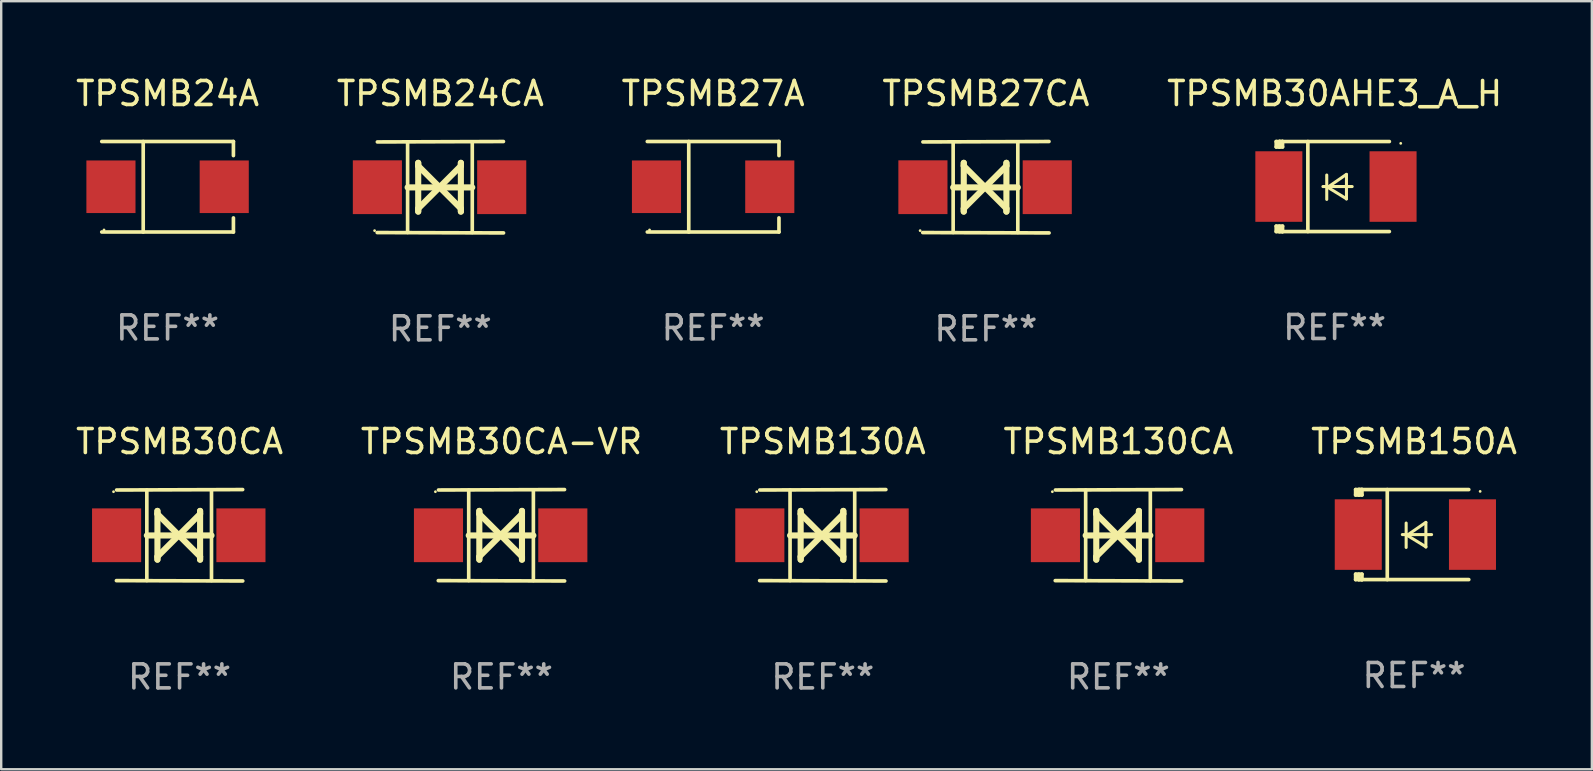
<source format=kicad_pcb>
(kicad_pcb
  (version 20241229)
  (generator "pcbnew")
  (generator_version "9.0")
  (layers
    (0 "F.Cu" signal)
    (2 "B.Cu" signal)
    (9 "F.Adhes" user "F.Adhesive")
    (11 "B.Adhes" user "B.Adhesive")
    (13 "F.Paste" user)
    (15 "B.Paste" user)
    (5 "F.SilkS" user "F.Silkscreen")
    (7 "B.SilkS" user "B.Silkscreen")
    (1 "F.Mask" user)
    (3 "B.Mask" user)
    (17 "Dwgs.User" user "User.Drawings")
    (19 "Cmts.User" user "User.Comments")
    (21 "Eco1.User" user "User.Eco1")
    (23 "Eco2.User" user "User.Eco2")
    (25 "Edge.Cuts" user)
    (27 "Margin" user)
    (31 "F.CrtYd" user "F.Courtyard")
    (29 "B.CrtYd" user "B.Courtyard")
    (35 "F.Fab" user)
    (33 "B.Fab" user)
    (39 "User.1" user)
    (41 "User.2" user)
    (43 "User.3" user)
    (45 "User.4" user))
  (footprint "TPSMB30CA-VR"
    (layer "F.Cu")
    (at 17.851 19.26)
    (property "Reference" "TPSMB30CA-VR" (at 0 -3.905 0) (layer "F.SilkS") (effects (font (size 1 1) (thickness 0.15))))
    (attr through_hole)
    (fp_line (start -1.365 1.886) (end -1.365 -1.886) (stroke (width 0.152) (type solid)) (layer "F.SilkS"))
    (fp_line (start -1.365 0.008) (end 1.33 0.008) (stroke (width 0.254) (type solid)) (layer "F.SilkS"))
    (fp_line (start -0.923 -1.016) (end -0.923 1.016) (stroke (width 0.254) (type solid)) (layer "F.SilkS"))
    (fp_line (start -0.923 -0.889) (end -0.923 -1.016) (stroke (width 0.254) (type solid)) (layer "F.SilkS"))
    (fp_line (start -0.923 0.889) (end -0.034 0) (stroke (width 0.254) (type solid)) (layer "F.SilkS"))
    (fp_line (start -0.923 1.016) (end -0.923 0.889) (stroke (width 0.254) (type solid)) (layer "F.SilkS"))
    (fp_line (start -0.034 0) (end -0.923 -0.889) (stroke (width 0.254) (type solid)) (layer "F.SilkS"))
    (fp_line (start -0.034 0) (end 0.855 0.889) (stroke (width 0.254) (type solid)) (layer "F.SilkS"))
    (fp_line (start 0.855 -1.016) (end 0.855 -0.889) (stroke (width 0.254) (type solid)) (layer "F.SilkS"))
    (fp_line (start 0.855 -0.889) (end -0.034 0) (stroke (width 0.254) (type solid)) (layer "F.SilkS"))
    (fp_line (start 0.855 0.889) (end 0.855 1.016) (stroke (width 0.254) (type solid)) (layer "F.SilkS"))
    (fp_line (start 0.855 1.016) (end 0.855 -1.016) (stroke (width 0.254) (type solid)) (layer "F.SilkS"))
    (fp_line (start 1.33 1.886) (end 1.33 -1.886) (stroke (width 0.152) (type solid)) (layer "F.SilkS"))
    (fp_line (start 2.629 -1.905) (end -2.625 -1.887) (stroke (width 0.152) (type solid)) (layer "F.SilkS"))
    (fp_line (start 2.633 1.905) (end -2.633 1.89) (stroke (width 0.152) (type solid)) (layer "F.SilkS"))
    (fp_circle (center -2.753 -1.816) (end -2.723 -1.816) (stroke (width 0.06) (type solid)) (fill no) (layer "F.SilkS"))
    (fp_text user "REF**" (at 0 5.905 0) (layer "F.Fab") (effects (font (size 1 1) (thickness 0.15))))
    (pad "1" smd rect (at -2.625 0) (size 2.047 2.241) (layers "F.Cu" "F.Mask" "F.Paste"))
    (pad "2" smd rect (at 2.557 0) (size 2.047 2.241) (layers "F.Cu" "F.Mask" "F.Paste")))
  (footprint "TPSMB130CA"
    (layer "F.Cu")
    (at 43.565 19.26)
    (property "Reference" "TPSMB130CA" (at 0 -3.905 0) (layer "F.SilkS") (effects (font (size 1 1) (thickness 0.15))))
    (attr through_hole)
    (fp_line (start -1.365 1.886) (end -1.365 -1.886) (stroke (width 0.152) (type solid)) (layer "F.SilkS"))
    (fp_line (start -1.365 0.008) (end 1.33 0.008) (stroke (width 0.254) (type solid)) (layer "F.SilkS"))
    (fp_line (start -0.923 -1.016) (end -0.923 1.016) (stroke (width 0.254) (type solid)) (layer "F.SilkS"))
    (fp_line (start -0.923 -0.889) (end -0.923 -1.016) (stroke (width 0.254) (type solid)) (layer "F.SilkS"))
    (fp_line (start -0.923 0.889) (end -0.034 0) (stroke (width 0.254) (type solid)) (layer "F.SilkS"))
    (fp_line (start -0.923 1.016) (end -0.923 0.889) (stroke (width 0.254) (type solid)) (layer "F.SilkS"))
    (fp_line (start -0.034 0) (end -0.923 -0.889) (stroke (width 0.254) (type solid)) (layer "F.SilkS"))
    (fp_line (start -0.034 0) (end 0.855 0.889) (stroke (width 0.254) (type solid)) (layer "F.SilkS"))
    (fp_line (start 0.855 -1.016) (end 0.855 -0.889) (stroke (width 0.254) (type solid)) (layer "F.SilkS"))
    (fp_line (start 0.855 -0.889) (end -0.034 0) (stroke (width 0.254) (type solid)) (layer "F.SilkS"))
    (fp_line (start 0.855 0.889) (end 0.855 1.016) (stroke (width 0.254) (type solid)) (layer "F.SilkS"))
    (fp_line (start 0.855 1.016) (end 0.855 -1.016) (stroke (width 0.254) (type solid)) (layer "F.SilkS"))
    (fp_line (start 1.33 1.886) (end 1.33 -1.886) (stroke (width 0.152) (type solid)) (layer "F.SilkS"))
    (fp_line (start 2.629 -1.905) (end -2.625 -1.887) (stroke (width 0.152) (type solid)) (layer "F.SilkS"))
    (fp_line (start 2.633 1.905) (end -2.633 1.89) (stroke (width 0.152) (type solid)) (layer "F.SilkS"))
    (fp_circle (center -2.753 -1.816) (end -2.723 -1.816) (stroke (width 0.06) (type solid)) (fill no) (layer "F.SilkS"))
    (fp_text user "REF**" (at 0 5.905 0) (layer "F.Fab") (effects (font (size 1 1) (thickness 0.15))))
    (pad "1" smd rect (at -2.625 0) (size 2.047 2.241) (layers "F.Cu" "F.Mask" "F.Paste"))
    (pad "2" smd rect (at 2.557 0) (size 2.047 2.241) (layers "F.Cu" "F.Mask" "F.Paste")))
  (footprint "TPSMB30CA"
    (layer "F.Cu")
    (at 4.435 19.26)
    (property "Reference" "TPSMB30CA" (at 0 -3.905 0) (layer "F.SilkS") (effects (font (size 1 1) (thickness 0.15))))
    (attr through_hole)
    (fp_line (start -1.365 1.886) (end -1.365 -1.886) (stroke (width 0.152) (type solid)) (layer "F.SilkS"))
    (fp_line (start -1.365 0.008) (end 1.33 0.008) (stroke (width 0.254) (type solid)) (layer "F.SilkS"))
    (fp_line (start -0.923 -1.016) (end -0.923 1.016) (stroke (width 0.254) (type solid)) (layer "F.SilkS"))
    (fp_line (start -0.923 -0.889) (end -0.923 -1.016) (stroke (width 0.254) (type solid)) (layer "F.SilkS"))
    (fp_line (start -0.923 0.889) (end -0.034 0) (stroke (width 0.254) (type solid)) (layer "F.SilkS"))
    (fp_line (start -0.923 1.016) (end -0.923 0.889) (stroke (width 0.254) (type solid)) (layer "F.SilkS"))
    (fp_line (start -0.034 0) (end -0.923 -0.889) (stroke (width 0.254) (type solid)) (layer "F.SilkS"))
    (fp_line (start -0.034 0) (end 0.855 0.889) (stroke (width 0.254) (type solid)) (layer "F.SilkS"))
    (fp_line (start 0.855 -1.016) (end 0.855 -0.889) (stroke (width 0.254) (type solid)) (layer "F.SilkS"))
    (fp_line (start 0.855 -0.889) (end -0.034 0) (stroke (width 0.254) (type solid)) (layer "F.SilkS"))
    (fp_line (start 0.855 0.889) (end 0.855 1.016) (stroke (width 0.254) (type solid)) (layer "F.SilkS"))
    (fp_line (start 0.855 1.016) (end 0.855 -1.016) (stroke (width 0.254) (type solid)) (layer "F.SilkS"))
    (fp_line (start 1.33 1.886) (end 1.33 -1.886) (stroke (width 0.152) (type solid)) (layer "F.SilkS"))
    (fp_line (start 2.629 -1.905) (end -2.625 -1.887) (stroke (width 0.152) (type solid)) (layer "F.SilkS"))
    (fp_line (start 2.633 1.905) (end -2.633 1.89) (stroke (width 0.152) (type solid)) (layer "F.SilkS"))
    (fp_circle (center -2.753 -1.816) (end -2.723 -1.816) (stroke (width 0.06) (type solid)) (fill no) (layer "F.SilkS"))
    (fp_text user "REF**" (at 0 5.905 0) (layer "F.Fab") (effects (font (size 1 1) (thickness 0.15))))
    (pad "1" smd rect (at -2.625 0) (size 2.047 2.241) (layers "F.Cu" "F.Mask" "F.Paste"))
    (pad "2" smd rect (at 2.557 0) (size 2.047 2.241) (layers "F.Cu" "F.Mask" "F.Paste")))
  (footprint "TPSMB27CA"
    (layer "F.Cu")
    (at 38.042 4.753)
    (property "Reference" "TPSMB27CA" (at 0 -3.905 0) (layer "F.SilkS") (effects (font (size 1 1) (thickness 0.15))))
    (attr through_hole)
    (fp_line (start -1.365 1.886) (end -1.365 -1.886) (stroke (width 0.152) (type solid)) (layer "F.SilkS"))
    (fp_line (start -1.365 0.008) (end 1.33 0.008) (stroke (width 0.254) (type solid)) (layer "F.SilkS"))
    (fp_line (start -0.923 -1.016) (end -0.923 1.016) (stroke (width 0.254) (type solid)) (layer "F.SilkS"))
    (fp_line (start -0.923 -0.889) (end -0.923 -1.016) (stroke (width 0.254) (type solid)) (layer "F.SilkS"))
    (fp_line (start -0.923 0.889) (end -0.034 0) (stroke (width 0.254) (type solid)) (layer "F.SilkS"))
    (fp_line (start -0.923 1.016) (end -0.923 0.889) (stroke (width 0.254) (type solid)) (layer "F.SilkS"))
    (fp_line (start -0.034 0) (end -0.923 -0.889) (stroke (width 0.254) (type solid)) (layer "F.SilkS"))
    (fp_line (start -0.034 0) (end 0.855 0.889) (stroke (width 0.254) (type solid)) (layer "F.SilkS"))
    (fp_line (start 0.855 -1.016) (end 0.855 -0.889) (stroke (width 0.254) (type solid)) (layer "F.SilkS"))
    (fp_line (start 0.855 -0.889) (end -0.034 0) (stroke (width 0.254) (type solid)) (layer "F.SilkS"))
    (fp_line (start 0.855 0.889) (end 0.855 1.016) (stroke (width 0.254) (type solid)) (layer "F.SilkS"))
    (fp_line (start 0.855 1.016) (end 0.855 -1.016) (stroke (width 0.254) (type solid)) (layer "F.SilkS"))
    (fp_line (start 1.33 1.886) (end 1.33 -1.886) (stroke (width 0.152) (type solid)) (layer "F.SilkS"))
    (fp_line (start 2.629 -1.905) (end -2.625 -1.887) (stroke (width 0.152) (type solid)) (layer "F.SilkS"))
    (fp_line (start 2.633 1.905) (end -2.633 1.89) (stroke (width 0.152) (type solid)) (layer "F.SilkS"))
    (fp_circle (center -2.741 1.81) (end -2.711 1.81) (stroke (width 0.06) (type solid)) (fill no) (layer "F.SilkS"))
    (fp_text user "REF**" (at 0 5.905 0) (layer "F.Fab") (effects (font (size 1 1) (thickness 0.15))))
    (pad "1" smd rect (at -2.625 0) (size 2.047 2.241) (layers "F.Cu" "F.Mask" "F.Paste"))
    (pad "2" smd rect (at 2.557 0) (size 2.047 2.241) (layers "F.Cu" "F.Mask" "F.Paste")))
  (footprint "TPSMB24A"
    (layer "F.Cu")
    (at 3.935 4.734)
    (property "Reference" "TPSMB24A" (at 0 -3.886 0) (layer "F.SilkS") (effects (font (size 1 1) (thickness 0.15))))
    (attr through_hole)
    (fp_line (start -2.744 -1.886) (end 2.744 -1.886) (stroke (width 0.152) (type solid)) (layer "F.SilkS"))
    (fp_line (start -2.744 1.886) (end 2.744 1.886) (stroke (width 0.152) (type solid)) (layer "F.SilkS"))
    (fp_line (start -1.016 -1.886) (end -1.016 1.886) (stroke (width 0.152) (type solid)) (layer "F.SilkS"))
    (fp_line (start 2.744 -1.886) (end 2.744 -1.299) (stroke (width 0.152) (type solid)) (layer "F.SilkS"))
    (fp_line (start 2.744 1.886) (end 2.744 1.299) (stroke (width 0.152) (type solid)) (layer "F.SilkS"))
    (fp_circle (center -2.65 1.8) (end -2.62 1.8) (stroke (width 0.06) (type solid)) (fill no) (layer "F.SilkS"))
    (fp_text user "REF**" (at 0 5.886 0) (layer "F.Fab") (effects (font (size 1 1) (thickness 0.15))))
    (pad "1" smd rect (at -2.361 0) (size 2.047 2.192) (layers "F.Cu" "F.Mask" "F.Paste"))
    (pad "2" smd rect (at 2.361 0) (size 2.047 2.192) (layers "F.Cu" "F.Mask" "F.Paste")))
  (footprint "TPSMB150A"
    (layer "F.Cu")
    (at 55.887 19.231)
    (property "Reference" "TPSMB150A" (at 0 -3.876 0) (layer "F.SilkS") (effects (font (size 1 1) (thickness 0.15))))
    (attr through_hole)
    (fp_line (start -2.435 1.65) (end -2.171 1.65) (stroke (width 0.152) (type solid)) (layer "F.SilkS"))
    (fp_line (start -2.435 1.876) (end -2.435 1.65) (stroke (width 0.152) (type solid)) (layer "F.SilkS"))
    (fp_line (start -2.435 -1.876) (end -2.171 -1.876) (stroke (width 0.152) (type solid)) (layer "F.SilkS"))
    (fp_line (start -2.435 -1.65) (end -2.435 -1.876) (stroke (width 0.152) (type solid)) (layer "F.SilkS"))
    (fp_line (start -2.305 -1.866) (end -2.295 -1.876) (stroke (width 0.152) (type solid)) (layer "F.SilkS"))
    (fp_line (start -2.305 -1.65) (end -2.305 -1.866) (stroke (width 0.152) (type solid)) (layer "F.SilkS"))
    (fp_line (start -2.305 1.876) (end -2.305 1.65) (stroke (width 0.152) (type solid)) (layer "F.SilkS"))
    (fp_line (start -2.295 -1.876) (end -2.295 -1.65) (stroke (width 0.152) (type solid)) (layer "F.SilkS"))
    (fp_line (start -2.171 1.876) (end -2.435 1.876) (stroke (width 0.152) (type solid)) (layer "F.SilkS"))
    (fp_line (start -2.171 -1.65) (end -2.435 -1.65) (stroke (width 0.152) (type solid)) (layer "F.SilkS"))
    (fp_line (start -2.171 -1.876) (end -2.295 -1.876) (stroke (width 0.152) (type solid)) (layer "F.SilkS"))
    (fp_line (start -2.171 -1.65) (end -2.171 -1.876) (stroke (width 0.152) (type solid)) (layer "F.SilkS"))
    (fp_line (start -2.171 1.876) (end -2.305 1.876) (stroke (width 0.152) (type solid)) (layer "F.SilkS"))
    (fp_line (start -2.171 1.876) (end -2.171 1.65) (stroke (width 0.152) (type solid)) (layer "F.SilkS"))
    (fp_line (start -1.116 1.876) (end -1.116 -1.876) (stroke (width 0.152) (type solid)) (layer "F.SilkS"))
    (fp_line (start -0.488 0.000102) (end 0.731 0.000102) (stroke (width 0.127) (type solid)) (layer "F.SilkS"))
    (fp_line (start -0.329 -0.48) (end -0.329 0.536) (stroke (width 0.127) (type solid)) (layer "F.SilkS"))
    (fp_line (start -0.29 0.03) (end 0.493 0.51) (stroke (width 0.127) (type solid)) (layer "F.SilkS"))
    (fp_line (start 0.493 -0.51) (end -0.29 0.03) (stroke (width 0.127) (type solid)) (layer "F.SilkS"))
    (fp_line (start 0.493 0.52) (end 0.493 -0.496) (stroke (width 0.127) (type solid)) (layer "F.SilkS"))
    (fp_line (start 2.281 -1.876) (end -2.171 -1.876) (stroke (width 0.152) (type solid)) (layer "F.SilkS"))
    (fp_line (start 2.281 1.876) (end -2.171 1.876) (stroke (width 0.152) (type solid)) (layer "F.SilkS"))
    (fp_circle (center 2.755 -1.8) (end 2.785 -1.8) (stroke (width 0.06) (type solid)) (fill no) (layer "F.SilkS"))
    (fp_text user "REF**" (at 0 5.876 0) (layer "F.Fab") (effects (font (size 1 1) (thickness 0.15))))
    (pad "1" smd rect (at 2.435 -0.000025 180) (size 1.96 2.94) (layers "F.Cu" "F.Mask" "F.Paste"))
    (pad "2" smd rect (at -2.325 -0.000025 180) (size 1.96 2.94) (layers "F.Cu" "F.Mask" "F.Paste")))
  (footprint "TPSMB30AHE3_A_H"
    (layer "F.Cu")
    (at 52.577 4.725)
    (property "Reference" "TPSMB30AHE3_A_H" (at 0 -3.876 0) (layer "F.SilkS") (effects (font (size 1 1) (thickness 0.15))))
    (attr through_hole)
    (fp_line (start -2.435 1.65) (end -2.171 1.65) (stroke (width 0.152) (type solid)) (layer "F.SilkS"))
    (fp_line (start -2.435 1.876) (end -2.435 1.65) (stroke (width 0.152) (type solid)) (layer "F.SilkS"))
    (fp_line (start -2.435 -1.876) (end -2.171 -1.876) (stroke (width 0.152) (type solid)) (layer "F.SilkS"))
    (fp_line (start -2.435 -1.65) (end -2.435 -1.876) (stroke (width 0.152) (type solid)) (layer "F.SilkS"))
    (fp_line (start -2.305 -1.866) (end -2.295 -1.876) (stroke (width 0.152) (type solid)) (layer "F.SilkS"))
    (fp_line (start -2.305 -1.65) (end -2.305 -1.866) (stroke (width 0.152) (type solid)) (layer "F.SilkS"))
    (fp_line (start -2.305 1.876) (end -2.305 1.65) (stroke (width 0.152) (type solid)) (layer "F.SilkS"))
    (fp_line (start -2.295 -1.876) (end -2.295 -1.65) (stroke (width 0.152) (type solid)) (layer "F.SilkS"))
    (fp_line (start -2.171 1.876) (end -2.435 1.876) (stroke (width 0.152) (type solid)) (layer "F.SilkS"))
    (fp_line (start -2.171 -1.65) (end -2.435 -1.65) (stroke (width 0.152) (type solid)) (layer "F.SilkS"))
    (fp_line (start -2.171 -1.876) (end -2.295 -1.876) (stroke (width 0.152) (type solid)) (layer "F.SilkS"))
    (fp_line (start -2.171 -1.65) (end -2.171 -1.876) (stroke (width 0.152) (type solid)) (layer "F.SilkS"))
    (fp_line (start -2.171 1.876) (end -2.305 1.876) (stroke (width 0.152) (type solid)) (layer "F.SilkS"))
    (fp_line (start -2.171 1.876) (end -2.171 1.65) (stroke (width 0.152) (type solid)) (layer "F.SilkS"))
    (fp_line (start -1.116 1.876) (end -1.116 -1.876) (stroke (width 0.152) (type solid)) (layer "F.SilkS"))
    (fp_line (start -0.488 0.000102) (end 0.731 0.000102) (stroke (width 0.127) (type solid)) (layer "F.SilkS"))
    (fp_line (start -0.329 -0.48) (end -0.329 0.536) (stroke (width 0.127) (type solid)) (layer "F.SilkS"))
    (fp_line (start -0.29 0.03) (end 0.493 0.51) (stroke (width 0.127) (type solid)) (layer "F.SilkS"))
    (fp_line (start 0.493 -0.51) (end -0.29 0.03) (stroke (width 0.127) (type solid)) (layer "F.SilkS"))
    (fp_line (start 0.493 0.52) (end 0.493 -0.496) (stroke (width 0.127) (type solid)) (layer "F.SilkS"))
    (fp_line (start 2.281 -1.876) (end -2.171 -1.876) (stroke (width 0.152) (type solid)) (layer "F.SilkS"))
    (fp_line (start 2.281 1.876) (end -2.171 1.876) (stroke (width 0.152) (type solid)) (layer "F.SilkS"))
    (fp_circle (center 2.755 -1.8) (end 2.785 -1.8) (stroke (width 0.06) (type solid)) (fill no) (layer "F.SilkS"))
    (fp_text user "REF**" (at 0 5.876 0) (layer "F.Fab") (effects (font (size 1 1) (thickness 0.15))))
    (pad "1" smd rect (at 2.435 -0.000025 180) (size 1.96 2.94) (layers "F.Cu" "F.Mask" "F.Paste"))
    (pad "2" smd rect (at -2.325 -0.000025 180) (size 1.96 2.94) (layers "F.Cu" "F.Mask" "F.Paste")))
  (footprint "TPSMB130A"
    (layer "F.Cu")
    (at 31.244 19.26)
    (property "Reference" "TPSMB130A" (at 0 -3.905 0) (layer "F.SilkS") (effects (font (size 1 1) (thickness 0.15))))
    (attr through_hole)
    (fp_line (start -1.365 1.886) (end -1.365 -1.886) (stroke (width 0.152) (type solid)) (layer "F.SilkS"))
    (fp_line (start -1.365 0.008) (end 1.33 0.008) (stroke (width 0.254) (type solid)) (layer "F.SilkS"))
    (fp_line (start -0.923 -1.016) (end -0.923 1.016) (stroke (width 0.254) (type solid)) (layer "F.SilkS"))
    (fp_line (start -0.923 -0.889) (end -0.923 -1.016) (stroke (width 0.254) (type solid)) (layer "F.SilkS"))
    (fp_line (start -0.923 0.889) (end -0.034 0) (stroke (width 0.254) (type solid)) (layer "F.SilkS"))
    (fp_line (start -0.923 1.016) (end -0.923 0.889) (stroke (width 0.254) (type solid)) (layer "F.SilkS"))
    (fp_line (start -0.034 0) (end -0.923 -0.889) (stroke (width 0.254) (type solid)) (layer "F.SilkS"))
    (fp_line (start -0.034 0) (end 0.855 0.889) (stroke (width 0.254) (type solid)) (layer "F.SilkS"))
    (fp_line (start 0.855 -1.016) (end 0.855 -0.889) (stroke (width 0.254) (type solid)) (layer "F.SilkS"))
    (fp_line (start 0.855 -0.889) (end -0.034 0) (stroke (width 0.254) (type solid)) (layer "F.SilkS"))
    (fp_line (start 0.855 0.889) (end 0.855 1.016) (stroke (width 0.254) (type solid)) (layer "F.SilkS"))
    (fp_line (start 0.855 1.016) (end 0.855 -1.016) (stroke (width 0.254) (type solid)) (layer "F.SilkS"))
    (fp_line (start 1.33 1.886) (end 1.33 -1.886) (stroke (width 0.152) (type solid)) (layer "F.SilkS"))
    (fp_line (start 2.629 -1.905) (end -2.625 -1.887) (stroke (width 0.152) (type solid)) (layer "F.SilkS"))
    (fp_line (start 2.633 1.905) (end -2.633 1.89) (stroke (width 0.152) (type solid)) (layer "F.SilkS"))
    (fp_circle (center -2.753 -1.816) (end -2.723 -1.816) (stroke (width 0.06) (type solid)) (fill no) (layer "F.SilkS"))
    (fp_text user "REF**" (at 0 5.905 0) (layer "F.Fab") (effects (font (size 1 1) (thickness 0.15))))
    (pad "1" smd rect (at -2.625 0) (size 2.047 2.241) (layers "F.Cu" "F.Mask" "F.Paste"))
    (pad "2" smd rect (at 2.557 0) (size 2.047 2.241) (layers "F.Cu" "F.Mask" "F.Paste")))
  (footprint "TPSMB24CA"
    (layer "F.Cu")
    (at 15.304 4.753)
    (property "Reference" "TPSMB24CA" (at 0 -3.905 0) (layer "F.SilkS") (effects (font (size 1 1) (thickness 0.15))))
    (attr through_hole)
    (fp_line (start -1.365 1.886) (end -1.365 -1.886) (stroke (width 0.152) (type solid)) (layer "F.SilkS"))
    (fp_line (start -1.365 0.008) (end 1.33 0.008) (stroke (width 0.254) (type solid)) (layer "F.SilkS"))
    (fp_line (start -0.923 -1.016) (end -0.923 1.016) (stroke (width 0.254) (type solid)) (layer "F.SilkS"))
    (fp_line (start -0.923 -0.889) (end -0.923 -1.016) (stroke (width 0.254) (type solid)) (layer "F.SilkS"))
    (fp_line (start -0.923 0.889) (end -0.034 0) (stroke (width 0.254) (type solid)) (layer "F.SilkS"))
    (fp_line (start -0.923 1.016) (end -0.923 0.889) (stroke (width 0.254) (type solid)) (layer "F.SilkS"))
    (fp_line (start -0.034 0) (end -0.923 -0.889) (stroke (width 0.254) (type solid)) (layer "F.SilkS"))
    (fp_line (start -0.034 0) (end 0.855 0.889) (stroke (width 0.254) (type solid)) (layer "F.SilkS"))
    (fp_line (start 0.855 -1.016) (end 0.855 -0.889) (stroke (width 0.254) (type solid)) (layer "F.SilkS"))
    (fp_line (start 0.855 -0.889) (end -0.034 0) (stroke (width 0.254) (type solid)) (layer "F.SilkS"))
    (fp_line (start 0.855 0.889) (end 0.855 1.016) (stroke (width 0.254) (type solid)) (layer "F.SilkS"))
    (fp_line (start 0.855 1.016) (end 0.855 -1.016) (stroke (width 0.254) (type solid)) (layer "F.SilkS"))
    (fp_line (start 1.33 1.886) (end 1.33 -1.886) (stroke (width 0.152) (type solid)) (layer "F.SilkS"))
    (fp_line (start 2.629 -1.905) (end -2.625 -1.887) (stroke (width 0.152) (type solid)) (layer "F.SilkS"))
    (fp_line (start 2.633 1.905) (end -2.633 1.89) (stroke (width 0.152) (type solid)) (layer "F.SilkS"))
    (fp_circle (center -2.741 1.81) (end -2.711 1.81) (stroke (width 0.06) (type solid)) (fill no) (layer "F.SilkS"))
    (fp_text user "REF**" (at 0 5.905 0) (layer "F.Fab") (effects (font (size 1 1) (thickness 0.15))))
    (pad "1" smd rect (at -2.625 0) (size 2.047 2.241) (layers "F.Cu" "F.Mask" "F.Paste"))
    (pad "2" smd rect (at 2.557 0) (size 2.047 2.241) (layers "F.Cu" "F.Mask" "F.Paste")))
  (footprint "TPSMB27A"
    (layer "F.Cu")
    (at 26.673 4.734)
    (property "Reference" "TPSMB27A" (at 0 -3.886 0) (layer "F.SilkS") (effects (font (size 1 1) (thickness 0.15))))
    (attr through_hole)
    (fp_line (start -2.744 -1.886) (end 2.744 -1.886) (stroke (width 0.152) (type solid)) (layer "F.SilkS"))
    (fp_line (start -2.744 1.886) (end 2.744 1.886) (stroke (width 0.152) (type solid)) (layer "F.SilkS"))
    (fp_line (start -1.016 -1.886) (end -1.016 1.886) (stroke (width 0.152) (type solid)) (layer "F.SilkS"))
    (fp_line (start 2.744 -1.886) (end 2.744 -1.299) (stroke (width 0.152) (type solid)) (layer "F.SilkS"))
    (fp_line (start 2.744 1.886) (end 2.744 1.299) (stroke (width 0.152) (type solid)) (layer "F.SilkS"))
    (fp_circle (center -2.65 1.8) (end -2.62 1.8) (stroke (width 0.06) (type solid)) (fill no) (layer "F.SilkS"))
    (fp_text user "REF**" (at 0 5.886 0) (layer "F.Fab") (effects (font (size 1 1) (thickness 0.15))))
    (pad "1" smd rect (at -2.361 0) (size 2.047 2.192) (layers "F.Cu" "F.Mask" "F.Paste"))
    (pad "2" smd rect (at 2.361 0) (size 2.047 2.192) (layers "F.Cu" "F.Mask" "F.Paste")))
  (gr_rect
    (start -3 -3)
    (end 63.298 29.013)
    (stroke (width 0.1) (type default))
    (fill no)
    (layer "Edge.Cuts")))
</source>
